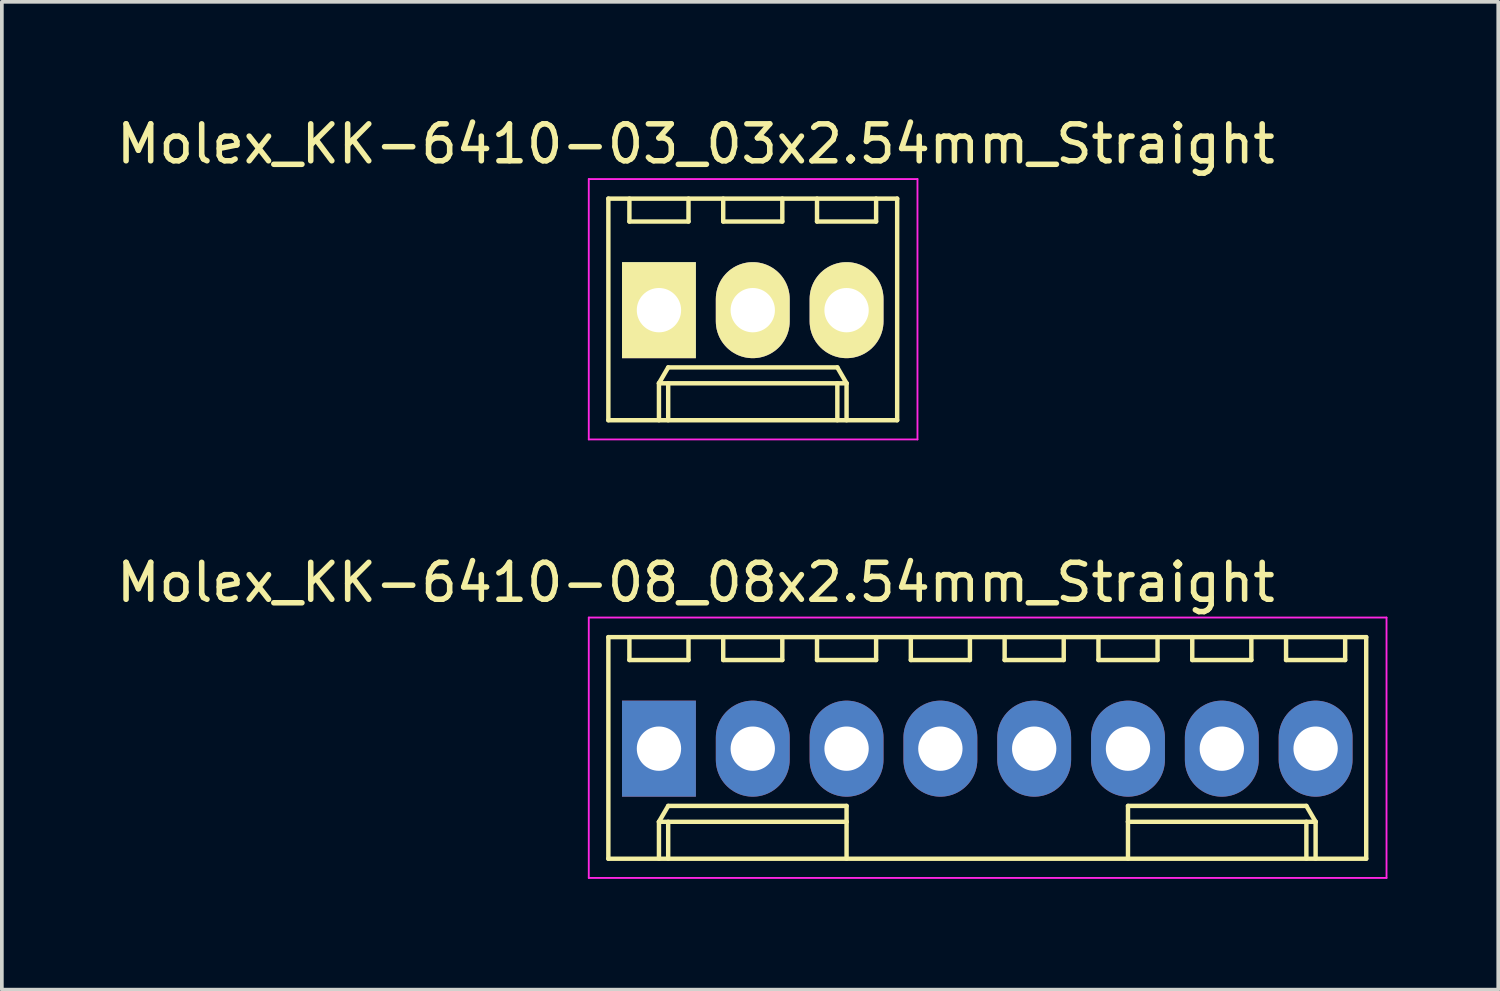
<source format=kicad_pcb>
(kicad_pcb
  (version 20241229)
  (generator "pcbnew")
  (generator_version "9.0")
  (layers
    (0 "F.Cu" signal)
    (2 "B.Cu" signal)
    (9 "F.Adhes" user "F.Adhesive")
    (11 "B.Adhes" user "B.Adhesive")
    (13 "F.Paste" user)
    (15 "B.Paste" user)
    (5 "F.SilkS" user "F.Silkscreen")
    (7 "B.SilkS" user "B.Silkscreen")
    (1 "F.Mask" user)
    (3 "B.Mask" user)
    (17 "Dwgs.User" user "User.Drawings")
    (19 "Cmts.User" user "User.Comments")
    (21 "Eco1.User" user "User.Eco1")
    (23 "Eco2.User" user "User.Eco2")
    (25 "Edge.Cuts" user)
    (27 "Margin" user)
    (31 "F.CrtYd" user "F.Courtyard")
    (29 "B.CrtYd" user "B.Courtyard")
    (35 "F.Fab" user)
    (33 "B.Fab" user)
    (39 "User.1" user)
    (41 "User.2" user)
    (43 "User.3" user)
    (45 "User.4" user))
  (footprint "Molex_KK-6410-08_08x2.54mm_Straight"
    (layer "F.Cu")
    (at 14.792 17.221)
    (property "Reference" "Molex_KK-6410-08_08x2.54mm_Straight" (at 1 -4.5 0) (layer "F.SilkS") (effects (font (size 1 1) (thickness 0.15))))
    (attr through_hole)
    (fp_line (start -1.37 -3.02) (end -1.37 2.98) (stroke (width 0.12) (type solid)) (layer "F.SilkS"))
    (fp_line (start -1.37 2.98) (end 19.15 2.98) (stroke (width 0.12) (type solid)) (layer "F.SilkS"))
    (fp_line (start -0.8 -3.02) (end -0.8 -2.4) (stroke (width 0.12) (type solid)) (layer "F.SilkS"))
    (fp_line (start -0.8 -2.4) (end 0.8 -2.4) (stroke (width 0.12) (type solid)) (layer "F.SilkS"))
    (fp_line (start 0 1.98) (end 0.25 1.55) (stroke (width 0.12) (type solid)) (layer "F.SilkS"))
    (fp_line (start 0 1.98) (end 5.08 1.98) (stroke (width 0.12) (type solid)) (layer "F.SilkS"))
    (fp_line (start 0 2.98) (end 0 1.98) (stroke (width 0.12) (type solid)) (layer "F.SilkS"))
    (fp_line (start 0.25 1.55) (end 5.08 1.55) (stroke (width 0.12) (type solid)) (layer "F.SilkS"))
    (fp_line (start 0.25 2.98) (end 0.25 1.98) (stroke (width 0.12) (type solid)) (layer "F.SilkS"))
    (fp_line (start 0.8 -2.4) (end 0.8 -3.02) (stroke (width 0.12) (type solid)) (layer "F.SilkS"))
    (fp_line (start 1.74 -3.02) (end 1.74 -2.4) (stroke (width 0.12) (type solid)) (layer "F.SilkS"))
    (fp_line (start 1.74 -2.4) (end 3.34 -2.4) (stroke (width 0.12) (type solid)) (layer "F.SilkS"))
    (fp_line (start 3.34 -2.4) (end 3.34 -3.02) (stroke (width 0.12) (type solid)) (layer "F.SilkS"))
    (fp_line (start 4.28 -3.02) (end 4.28 -2.4) (stroke (width 0.12) (type solid)) (layer "F.SilkS"))
    (fp_line (start 4.28 -2.4) (end 5.88 -2.4) (stroke (width 0.12) (type solid)) (layer "F.SilkS"))
    (fp_line (start 5.08 1.55) (end 5.08 1.98) (stroke (width 0.12) (type solid)) (layer "F.SilkS"))
    (fp_line (start 5.08 1.98) (end 5.08 2.98) (stroke (width 0.12) (type solid)) (layer "F.SilkS"))
    (fp_line (start 5.88 -2.4) (end 5.88 -3.02) (stroke (width 0.12) (type solid)) (layer "F.SilkS"))
    (fp_line (start 6.82 -3.02) (end 6.82 -2.4) (stroke (width 0.12) (type solid)) (layer "F.SilkS"))
    (fp_line (start 6.82 -2.4) (end 8.42 -2.4) (stroke (width 0.12) (type solid)) (layer "F.SilkS"))
    (fp_line (start 8.42 -2.4) (end 8.42 -3.02) (stroke (width 0.12) (type solid)) (layer "F.SilkS"))
    (fp_line (start 9.36 -3.02) (end 9.36 -2.4) (stroke (width 0.12) (type solid)) (layer "F.SilkS"))
    (fp_line (start 9.36 -2.4) (end 10.96 -2.4) (stroke (width 0.12) (type solid)) (layer "F.SilkS"))
    (fp_line (start 10.96 -2.4) (end 10.96 -3.02) (stroke (width 0.12) (type solid)) (layer "F.SilkS"))
    (fp_line (start 11.9 -3.02) (end 11.9 -2.4) (stroke (width 0.12) (type solid)) (layer "F.SilkS"))
    (fp_line (start 11.9 -2.4) (end 13.5 -2.4) (stroke (width 0.12) (type solid)) (layer "F.SilkS"))
    (fp_line (start 12.7 1.55) (end 12.7 1.98) (stroke (width 0.12) (type solid)) (layer "F.SilkS"))
    (fp_line (start 12.7 1.98) (end 12.7 2.98) (stroke (width 0.12) (type solid)) (layer "F.SilkS"))
    (fp_line (start 13.5 -2.4) (end 13.5 -3.02) (stroke (width 0.12) (type solid)) (layer "F.SilkS"))
    (fp_line (start 14.44 -3.02) (end 14.44 -2.4) (stroke (width 0.12) (type solid)) (layer "F.SilkS"))
    (fp_line (start 14.44 -2.4) (end 16.04 -2.4) (stroke (width 0.12) (type solid)) (layer "F.SilkS"))
    (fp_line (start 16.04 -2.4) (end 16.04 -3.02) (stroke (width 0.12) (type solid)) (layer "F.SilkS"))
    (fp_line (start 16.98 -3.02) (end 16.98 -2.4) (stroke (width 0.12) (type solid)) (layer "F.SilkS"))
    (fp_line (start 16.98 -2.4) (end 18.58 -2.4) (stroke (width 0.12) (type solid)) (layer "F.SilkS"))
    (fp_line (start 17.53 1.55) (end 12.7 1.55) (stroke (width 0.12) (type solid)) (layer "F.SilkS"))
    (fp_line (start 17.53 2.98) (end 17.53 1.98) (stroke (width 0.12) (type solid)) (layer "F.SilkS"))
    (fp_line (start 17.78 1.98) (end 12.7 1.98) (stroke (width 0.12) (type solid)) (layer "F.SilkS"))
    (fp_line (start 17.78 1.98) (end 17.53 1.55) (stroke (width 0.12) (type solid)) (layer "F.SilkS"))
    (fp_line (start 17.78 2.98) (end 17.78 1.98) (stroke (width 0.12) (type solid)) (layer "F.SilkS"))
    (fp_line (start 18.58 -2.4) (end 18.58 -3.02) (stroke (width 0.12) (type solid)) (layer "F.SilkS"))
    (fp_line (start 19.15 -3.02) (end -1.37 -3.02) (stroke (width 0.12) (type solid)) (layer "F.SilkS"))
    (fp_line (start 19.15 2.98) (end 19.15 -3.02) (stroke (width 0.12) (type solid)) (layer "F.SilkS"))
    (fp_line (start -1.9 -3.55) (end 19.7 -3.55) (stroke (width 0.05) (type solid)) (layer "F.CrtYd"))
    (fp_line (start -1.9 3.5) (end -1.9 -3.55) (stroke (width 0.05) (type solid)) (layer "F.CrtYd"))
    (fp_line (start 19.7 -3.55) (end 19.7 3.5) (stroke (width 0.05) (type solid)) (layer "F.CrtYd"))
    (fp_line (start 19.7 3.5) (end -1.9 3.5) (stroke (width 0.05) (type solid)) (layer "F.CrtYd"))
    (pad "1" thru_hole rect (at 0 0) (size 2 2.6) (drill 1.2) (layers "*.Cu" "*.Mask"))
    (pad "2" thru_hole oval (at 2.54 0) (size 2 2.6) (drill 1.2) (layers "*.Cu" "*.Mask"))
    (pad "3" thru_hole oval (at 5.08 0) (size 2 2.6) (drill 1.2) (layers "*.Cu" "*.Mask"))
    (pad "4" thru_hole oval (at 7.62 0) (size 2 2.6) (drill 1.2) (layers "*.Cu" "*.Mask"))
    (pad "5" thru_hole oval (at 10.16 0) (size 2 2.6) (drill 1.2) (layers "*.Cu" "*.Mask"))
    (pad "6" thru_hole oval (at 12.7 0) (size 2 2.6) (drill 1.2) (layers "*.Cu" "*.Mask"))
    (pad "7" thru_hole oval (at 15.24 0) (size 2 2.6) (drill 1.2) (layers "*.Cu" "*.Mask"))
    (pad "8" thru_hole oval (at 17.78 0) (size 2 2.6) (drill 1.2) (layers "*.Cu" "*.Mask")))
  (footprint "Molex_KK-6410-03_03x2.54mm_Straight"
    (layer "F.Cu")
    (at 14.792 5.348)
    (property "Reference" "Molex_KK-6410-03_03x2.54mm_Straight" (at 1 -4.5 0) (layer "F.SilkS") (effects (font (size 1 1) (thickness 0.15))))
    (attr through_hole)
    (fp_line (start -1.37 -3.02) (end -1.37 2.98) (stroke (width 0.12) (type solid)) (layer "F.SilkS"))
    (fp_line (start -1.37 2.98) (end 6.45 2.98) (stroke (width 0.12) (type solid)) (layer "F.SilkS"))
    (fp_line (start -0.8 -3.02) (end -0.8 -2.4) (stroke (width 0.12) (type solid)) (layer "F.SilkS"))
    (fp_line (start -0.8 -2.4) (end 0.8 -2.4) (stroke (width 0.12) (type solid)) (layer "F.SilkS"))
    (fp_line (start 0 1.98) (end 0.25 1.55) (stroke (width 0.12) (type solid)) (layer "F.SilkS"))
    (fp_line (start 0 1.98) (end 5.08 1.98) (stroke (width 0.12) (type solid)) (layer "F.SilkS"))
    (fp_line (start 0 2.98) (end 0 1.98) (stroke (width 0.12) (type solid)) (layer "F.SilkS"))
    (fp_line (start 0.25 1.55) (end 4.83 1.55) (stroke (width 0.12) (type solid)) (layer "F.SilkS"))
    (fp_line (start 0.25 2.98) (end 0.25 1.98) (stroke (width 0.12) (type solid)) (layer "F.SilkS"))
    (fp_line (start 0.8 -2.4) (end 0.8 -3.02) (stroke (width 0.12) (type solid)) (layer "F.SilkS"))
    (fp_line (start 1.74 -3.02) (end 1.74 -2.4) (stroke (width 0.12) (type solid)) (layer "F.SilkS"))
    (fp_line (start 1.74 -2.4) (end 3.34 -2.4) (stroke (width 0.12) (type solid)) (layer "F.SilkS"))
    (fp_line (start 3.34 -2.4) (end 3.34 -3.02) (stroke (width 0.12) (type solid)) (layer "F.SilkS"))
    (fp_line (start 4.28 -3.02) (end 4.28 -2.4) (stroke (width 0.12) (type solid)) (layer "F.SilkS"))
    (fp_line (start 4.28 -2.4) (end 5.88 -2.4) (stroke (width 0.12) (type solid)) (layer "F.SilkS"))
    (fp_line (start 4.83 1.55) (end 5.08 1.98) (stroke (width 0.12) (type solid)) (layer "F.SilkS"))
    (fp_line (start 4.83 2.98) (end 4.83 1.98) (stroke (width 0.12) (type solid)) (layer "F.SilkS"))
    (fp_line (start 5.08 1.98) (end 5.08 2.98) (stroke (width 0.12) (type solid)) (layer "F.SilkS"))
    (fp_line (start 5.88 -2.4) (end 5.88 -3.02) (stroke (width 0.12) (type solid)) (layer "F.SilkS"))
    (fp_line (start 6.45 -3.02) (end -1.37 -3.02) (stroke (width 0.12) (type solid)) (layer "F.SilkS"))
    (fp_line (start 6.45 2.98) (end 6.45 -3.02) (stroke (width 0.12) (type solid)) (layer "F.SilkS"))
    (fp_line (start -1.9 -3.55) (end 7 -3.55) (stroke (width 0.05) (type solid)) (layer "F.CrtYd"))
    (fp_line (start -1.9 3.5) (end -1.9 -3.55) (stroke (width 0.05) (type solid)) (layer "F.CrtYd"))
    (fp_line (start 7 -3.55) (end 7 3.5) (stroke (width 0.05) (type solid)) (layer "F.CrtYd"))
    (fp_line (start 7 3.5) (end -1.9 3.5) (stroke (width 0.05) (type solid)) (layer "F.CrtYd"))
    (pad "1" thru_hole rect (at 0 0) (size 2 2.6) (drill 1.2) (layers "*.Cu" "*.Mask" "F.SilkS"))
    (pad "2" thru_hole oval (at 2.54 0) (size 2 2.6) (drill 1.2) (layers "*.Cu" "*.Mask" "F.SilkS"))
    (pad "3" thru_hole oval (at 5.08 0) (size 2 2.6) (drill 1.2) (layers "*.Cu" "*.Mask" "F.SilkS")))
  (gr_rect
    (start -3 -3)
    (end 37.517 23.747)
    (stroke (width 0.1) (type default))
    (fill no)
    (layer "Edge.Cuts")))
</source>
